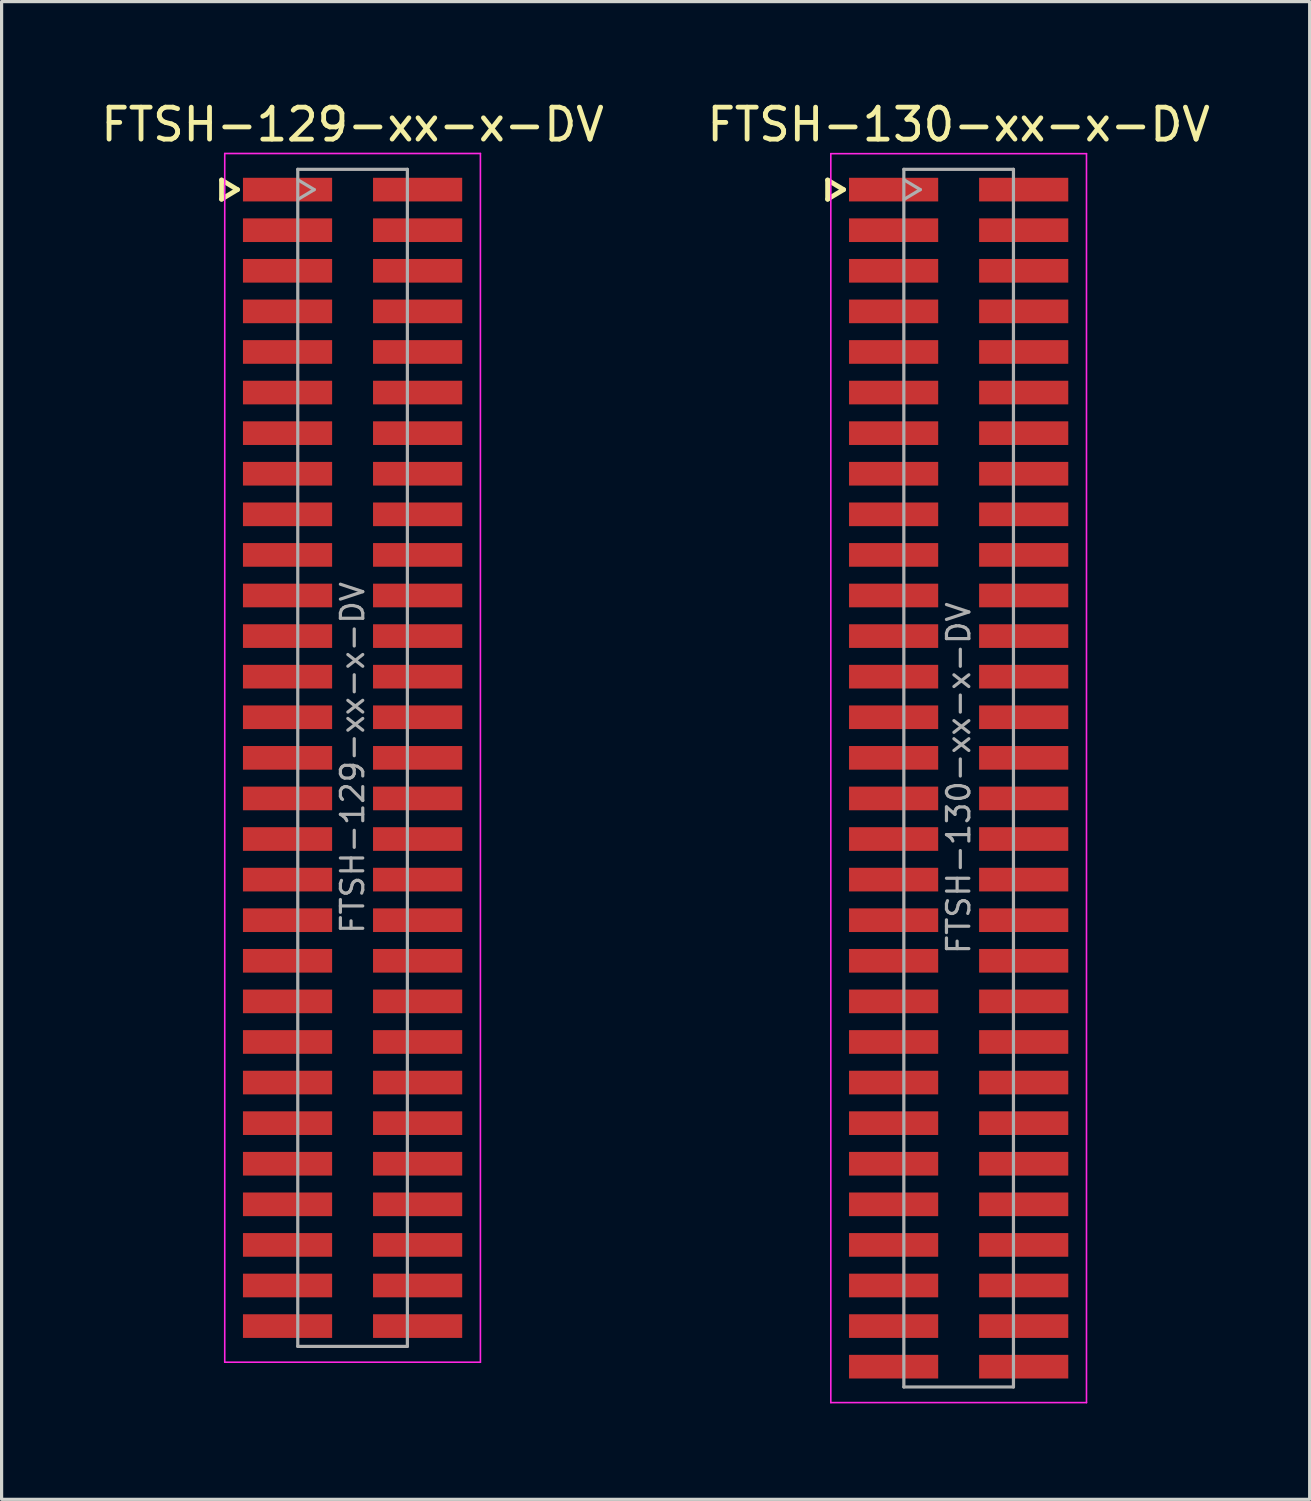
<source format=kicad_pcb>
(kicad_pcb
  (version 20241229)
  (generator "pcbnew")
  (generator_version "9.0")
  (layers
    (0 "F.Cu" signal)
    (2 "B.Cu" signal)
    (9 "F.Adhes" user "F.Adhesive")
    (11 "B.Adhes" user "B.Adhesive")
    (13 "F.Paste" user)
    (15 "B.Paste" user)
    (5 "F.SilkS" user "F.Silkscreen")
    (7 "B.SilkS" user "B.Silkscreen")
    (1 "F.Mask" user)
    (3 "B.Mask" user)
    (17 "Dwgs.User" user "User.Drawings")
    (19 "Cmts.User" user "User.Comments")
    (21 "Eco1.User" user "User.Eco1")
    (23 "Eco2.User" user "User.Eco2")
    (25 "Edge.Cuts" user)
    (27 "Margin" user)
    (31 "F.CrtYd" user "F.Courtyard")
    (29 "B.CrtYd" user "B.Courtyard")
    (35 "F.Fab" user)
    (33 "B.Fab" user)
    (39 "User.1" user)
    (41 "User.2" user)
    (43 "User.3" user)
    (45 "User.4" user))
  (footprint "FTSH-130-xx-x-DV"
    (layer "F.Cu")
    (at 26.946 21.298)
    (property "Reference" "FTSH-130-xx-x-DV" (at 0 -20.45 0) (layer "F.SilkS") (effects (font (size 1 1) (thickness 0.15))))
    (attr smd)
    (fp_line (start -4.1 -18.715) (end -4.1 -18.115) (stroke (width 0.15) (type solid)) (layer "F.SilkS"))
    (fp_line (start -4.1 -18.115) (end -3.6 -18.415) (stroke (width 0.15) (type solid)) (layer "F.SilkS"))
    (fp_line (start -3.6 -18.415) (end -4.1 -18.715) (stroke (width 0.15) (type solid)) (layer "F.SilkS"))
    (fp_line (start -4 -19.54) (end 4 -19.54) (stroke (width 0.05) (type solid)) (layer "F.CrtYd"))
    (fp_line (start -4 19.54) (end -4 -19.54) (stroke (width 0.05) (type solid)) (layer "F.CrtYd"))
    (fp_line (start 4 -19.54) (end 4 19.54) (stroke (width 0.05) (type solid)) (layer "F.CrtYd"))
    (fp_line (start 4 19.54) (end -4 19.54) (stroke (width 0.05) (type solid)) (layer "F.CrtYd"))
    (fp_line (start -1.715 -19.05) (end -1.715 19.05) (stroke (width 0.1) (type solid)) (layer "F.Fab"))
    (fp_line (start -1.715 -19.05) (end 1.715 -19.05) (stroke (width 0.1) (type solid)) (layer "F.Fab"))
    (fp_line (start -1.715 19.05) (end 1.715 19.05) (stroke (width 0.1) (type solid)) (layer "F.Fab"))
    (fp_line (start -1.7 -18.115) (end -1.2 -18.415) (stroke (width 0.1) (type solid)) (layer "F.Fab"))
    (fp_line (start -1.2 -18.415) (end -1.7 -18.715) (stroke (width 0.1) (type solid)) (layer "F.Fab"))
    (fp_line (start 1.715 -19.05) (end 1.715 19.05) (stroke (width 0.1) (type solid)) (layer "F.Fab"))
    (fp_text user "${REFERENCE}" (at 0 0 270) (layer "F.Fab") (effects (font (size 0.7 0.7) (thickness 0.1))))
    (pad "1" smd rect (at -2.035 -18.415) (size 2.79 0.74) (layers "F.Cu" "F.Mask" "F.Paste"))
    (pad "2" smd rect (at 2.035 -18.415) (size 2.79 0.74) (layers "F.Cu" "F.Mask" "F.Paste"))
    (pad "3" smd rect (at -2.035 -17.145) (size 2.79 0.74) (layers "F.Cu" "F.Mask" "F.Paste"))
    (pad "4" smd rect (at 2.035 -17.145) (size 2.79 0.74) (layers "F.Cu" "F.Mask" "F.Paste"))
    (pad "5" smd rect (at -2.035 -15.875) (size 2.79 0.74) (layers "F.Cu" "F.Mask" "F.Paste"))
    (pad "6" smd rect (at 2.035 -15.875) (size 2.79 0.74) (layers "F.Cu" "F.Mask" "F.Paste"))
    (pad "7" smd rect (at -2.035 -14.605) (size 2.79 0.74) (layers "F.Cu" "F.Mask" "F.Paste"))
    (pad "8" smd rect (at 2.035 -14.605) (size 2.79 0.74) (layers "F.Cu" "F.Mask" "F.Paste"))
    (pad "9" smd rect (at -2.035 -13.335) (size 2.79 0.74) (layers "F.Cu" "F.Mask" "F.Paste"))
    (pad "10" smd rect (at 2.035 -13.335) (size 2.79 0.74) (layers "F.Cu" "F.Mask" "F.Paste"))
    (pad "11" smd rect (at -2.035 -12.065) (size 2.79 0.74) (layers "F.Cu" "F.Mask" "F.Paste"))
    (pad "12" smd rect (at 2.035 -12.065) (size 2.79 0.74) (layers "F.Cu" "F.Mask" "F.Paste"))
    (pad "13" smd rect (at -2.035 -10.795) (size 2.79 0.74) (layers "F.Cu" "F.Mask" "F.Paste"))
    (pad "14" smd rect (at 2.035 -10.795) (size 2.79 0.74) (layers "F.Cu" "F.Mask" "F.Paste"))
    (pad "15" smd rect (at -2.035 -9.525) (size 2.79 0.74) (layers "F.Cu" "F.Mask" "F.Paste"))
    (pad "16" smd rect (at 2.035 -9.525) (size 2.79 0.74) (layers "F.Cu" "F.Mask" "F.Paste"))
    (pad "17" smd rect (at -2.035 -8.255) (size 2.79 0.74) (layers "F.Cu" "F.Mask" "F.Paste"))
    (pad "18" smd rect (at 2.035 -8.255) (size 2.79 0.74) (layers "F.Cu" "F.Mask" "F.Paste"))
    (pad "19" smd rect (at -2.035 -6.985) (size 2.79 0.74) (layers "F.Cu" "F.Mask" "F.Paste"))
    (pad "20" smd rect (at 2.035 -6.985) (size 2.79 0.74) (layers "F.Cu" "F.Mask" "F.Paste"))
    (pad "21" smd rect (at -2.035 -5.715) (size 2.79 0.74) (layers "F.Cu" "F.Mask" "F.Paste"))
    (pad "22" smd rect (at 2.035 -5.715) (size 2.79 0.74) (layers "F.Cu" "F.Mask" "F.Paste"))
    (pad "23" smd rect (at -2.035 -4.445) (size 2.79 0.74) (layers "F.Cu" "F.Mask" "F.Paste"))
    (pad "24" smd rect (at 2.035 -4.445) (size 2.79 0.74) (layers "F.Cu" "F.Mask" "F.Paste"))
    (pad "25" smd rect (at -2.035 -3.175) (size 2.79 0.74) (layers "F.Cu" "F.Mask" "F.Paste"))
    (pad "26" smd rect (at 2.035 -3.175) (size 2.79 0.74) (layers "F.Cu" "F.Mask" "F.Paste"))
    (pad "27" smd rect (at -2.035 -1.905) (size 2.79 0.74) (layers "F.Cu" "F.Mask" "F.Paste"))
    (pad "28" smd rect (at 2.035 -1.905) (size 2.79 0.74) (layers "F.Cu" "F.Mask" "F.Paste"))
    (pad "29" smd rect (at -2.035 -0.635) (size 2.79 0.74) (layers "F.Cu" "F.Mask" "F.Paste"))
    (pad "30" smd rect (at 2.035 -0.635) (size 2.79 0.74) (layers "F.Cu" "F.Mask" "F.Paste"))
    (pad "31" smd rect (at -2.035 0.635) (size 2.79 0.74) (layers "F.Cu" "F.Mask" "F.Paste"))
    (pad "32" smd rect (at 2.035 0.635) (size 2.79 0.74) (layers "F.Cu" "F.Mask" "F.Paste"))
    (pad "33" smd rect (at -2.035 1.905) (size 2.79 0.74) (layers "F.Cu" "F.Mask" "F.Paste"))
    (pad "34" smd rect (at 2.035 1.905) (size 2.79 0.74) (layers "F.Cu" "F.Mask" "F.Paste"))
    (pad "35" smd rect (at -2.035 3.175) (size 2.79 0.74) (layers "F.Cu" "F.Mask" "F.Paste"))
    (pad "36" smd rect (at 2.035 3.175) (size 2.79 0.74) (layers "F.Cu" "F.Mask" "F.Paste"))
    (pad "37" smd rect (at -2.035 4.445) (size 2.79 0.74) (layers "F.Cu" "F.Mask" "F.Paste"))
    (pad "38" smd rect (at 2.035 4.445) (size 2.79 0.74) (layers "F.Cu" "F.Mask" "F.Paste"))
    (pad "39" smd rect (at -2.035 5.715) (size 2.79 0.74) (layers "F.Cu" "F.Mask" "F.Paste"))
    (pad "40" smd rect (at 2.035 5.715) (size 2.79 0.74) (layers "F.Cu" "F.Mask" "F.Paste"))
    (pad "41" smd rect (at -2.035 6.985) (size 2.79 0.74) (layers "F.Cu" "F.Mask" "F.Paste"))
    (pad "42" smd rect (at 2.035 6.985) (size 2.79 0.74) (layers "F.Cu" "F.Mask" "F.Paste"))
    (pad "43" smd rect (at -2.035 8.255) (size 2.79 0.74) (layers "F.Cu" "F.Mask" "F.Paste"))
    (pad "44" smd rect (at 2.035 8.255) (size 2.79 0.74) (layers "F.Cu" "F.Mask" "F.Paste"))
    (pad "45" smd rect (at -2.035 9.525) (size 2.79 0.74) (layers "F.Cu" "F.Mask" "F.Paste"))
    (pad "46" smd rect (at 2.035 9.525) (size 2.79 0.74) (layers "F.Cu" "F.Mask" "F.Paste"))
    (pad "47" smd rect (at -2.035 10.795) (size 2.79 0.74) (layers "F.Cu" "F.Mask" "F.Paste"))
    (pad "48" smd rect (at 2.035 10.795) (size 2.79 0.74) (layers "F.Cu" "F.Mask" "F.Paste"))
    (pad "49" smd rect (at -2.035 12.065) (size 2.79 0.74) (layers "F.Cu" "F.Mask" "F.Paste"))
    (pad "50" smd rect (at 2.035 12.065) (size 2.79 0.74) (layers "F.Cu" "F.Mask" "F.Paste"))
    (pad "51" smd rect (at -2.035 13.335) (size 2.79 0.74) (layers "F.Cu" "F.Mask" "F.Paste"))
    (pad "52" smd rect (at 2.035 13.335) (size 2.79 0.74) (layers "F.Cu" "F.Mask" "F.Paste"))
    (pad "53" smd rect (at -2.035 14.605) (size 2.79 0.74) (layers "F.Cu" "F.Mask" "F.Paste"))
    (pad "54" smd rect (at 2.035 14.605) (size 2.79 0.74) (layers "F.Cu" "F.Mask" "F.Paste"))
    (pad "55" smd rect (at -2.035 15.875) (size 2.79 0.74) (layers "F.Cu" "F.Mask" "F.Paste"))
    (pad "56" smd rect (at 2.035 15.875) (size 2.79 0.74) (layers "F.Cu" "F.Mask" "F.Paste"))
    (pad "57" smd rect (at -2.035 17.145) (size 2.79 0.74) (layers "F.Cu" "F.Mask" "F.Paste"))
    (pad "58" smd rect (at 2.035 17.145) (size 2.79 0.74) (layers "F.Cu" "F.Mask" "F.Paste"))
    (pad "59" smd rect (at -2.035 18.415) (size 2.79 0.74) (layers "F.Cu" "F.Mask" "F.Paste"))
    (pad "60" smd rect (at 2.035 18.415) (size 2.79 0.74) (layers "F.Cu" "F.Mask" "F.Paste")))
  (footprint "FTSH-129-xx-x-DV"
    (layer "F.Cu")
    (at 7.982 20.663)
    (property "Reference" "FTSH-129-xx-x-DV" (at 0 -19.815 0) (layer "F.SilkS") (effects (font (size 1 1) (thickness 0.15))))
    (attr smd)
    (fp_line (start -4.1 -18.08) (end -4.1 -17.48) (stroke (width 0.15) (type solid)) (layer "F.SilkS"))
    (fp_line (start -4.1 -17.48) (end -3.6 -17.78) (stroke (width 0.15) (type solid)) (layer "F.SilkS"))
    (fp_line (start -3.6 -17.78) (end -4.1 -18.08) (stroke (width 0.15) (type solid)) (layer "F.SilkS"))
    (fp_line (start -4 -18.91) (end 4 -18.91) (stroke (width 0.05) (type solid)) (layer "F.CrtYd"))
    (fp_line (start -4 18.91) (end -4 -18.91) (stroke (width 0.05) (type solid)) (layer "F.CrtYd"))
    (fp_line (start 4 -18.91) (end 4 18.91) (stroke (width 0.05) (type solid)) (layer "F.CrtYd"))
    (fp_line (start 4 18.91) (end -4 18.91) (stroke (width 0.05) (type solid)) (layer "F.CrtYd"))
    (fp_line (start -1.715 -18.415) (end -1.715 18.415) (stroke (width 0.1) (type solid)) (layer "F.Fab"))
    (fp_line (start -1.715 -18.415) (end 1.715 -18.415) (stroke (width 0.1) (type solid)) (layer "F.Fab"))
    (fp_line (start -1.715 18.415) (end 1.715 18.415) (stroke (width 0.1) (type solid)) (layer "F.Fab"))
    (fp_line (start -1.7 -17.48) (end -1.2 -17.78) (stroke (width 0.1) (type solid)) (layer "F.Fab"))
    (fp_line (start -1.2 -17.78) (end -1.7 -18.08) (stroke (width 0.1) (type solid)) (layer "F.Fab"))
    (fp_line (start 1.715 -18.415) (end 1.715 18.415) (stroke (width 0.1) (type solid)) (layer "F.Fab"))
    (fp_text user "${REFERENCE}" (at 0 0 270) (layer "F.Fab") (effects (font (size 0.7 0.7) (thickness 0.1))))
    (pad "1" smd rect (at -2.035 -17.78) (size 2.79 0.74) (layers "F.Cu" "F.Mask" "F.Paste"))
    (pad "2" smd rect (at 2.035 -17.78) (size 2.79 0.74) (layers "F.Cu" "F.Mask" "F.Paste"))
    (pad "3" smd rect (at -2.035 -16.51) (size 2.79 0.74) (layers "F.Cu" "F.Mask" "F.Paste"))
    (pad "4" smd rect (at 2.035 -16.51) (size 2.79 0.74) (layers "F.Cu" "F.Mask" "F.Paste"))
    (pad "5" smd rect (at -2.035 -15.24) (size 2.79 0.74) (layers "F.Cu" "F.Mask" "F.Paste"))
    (pad "6" smd rect (at 2.035 -15.24) (size 2.79 0.74) (layers "F.Cu" "F.Mask" "F.Paste"))
    (pad "7" smd rect (at -2.035 -13.97) (size 2.79 0.74) (layers "F.Cu" "F.Mask" "F.Paste"))
    (pad "8" smd rect (at 2.035 -13.97) (size 2.79 0.74) (layers "F.Cu" "F.Mask" "F.Paste"))
    (pad "9" smd rect (at -2.035 -12.7) (size 2.79 0.74) (layers "F.Cu" "F.Mask" "F.Paste"))
    (pad "10" smd rect (at 2.035 -12.7) (size 2.79 0.74) (layers "F.Cu" "F.Mask" "F.Paste"))
    (pad "11" smd rect (at -2.035 -11.43) (size 2.79 0.74) (layers "F.Cu" "F.Mask" "F.Paste"))
    (pad "12" smd rect (at 2.035 -11.43) (size 2.79 0.74) (layers "F.Cu" "F.Mask" "F.Paste"))
    (pad "13" smd rect (at -2.035 -10.16) (size 2.79 0.74) (layers "F.Cu" "F.Mask" "F.Paste"))
    (pad "14" smd rect (at 2.035 -10.16) (size 2.79 0.74) (layers "F.Cu" "F.Mask" "F.Paste"))
    (pad "15" smd rect (at -2.035 -8.89) (size 2.79 0.74) (layers "F.Cu" "F.Mask" "F.Paste"))
    (pad "16" smd rect (at 2.035 -8.89) (size 2.79 0.74) (layers "F.Cu" "F.Mask" "F.Paste"))
    (pad "17" smd rect (at -2.035 -7.62) (size 2.79 0.74) (layers "F.Cu" "F.Mask" "F.Paste"))
    (pad "18" smd rect (at 2.035 -7.62) (size 2.79 0.74) (layers "F.Cu" "F.Mask" "F.Paste"))
    (pad "19" smd rect (at -2.035 -6.35) (size 2.79 0.74) (layers "F.Cu" "F.Mask" "F.Paste"))
    (pad "20" smd rect (at 2.035 -6.35) (size 2.79 0.74) (layers "F.Cu" "F.Mask" "F.Paste"))
    (pad "21" smd rect (at -2.035 -5.08) (size 2.79 0.74) (layers "F.Cu" "F.Mask" "F.Paste"))
    (pad "22" smd rect (at 2.035 -5.08) (size 2.79 0.74) (layers "F.Cu" "F.Mask" "F.Paste"))
    (pad "23" smd rect (at -2.035 -3.81) (size 2.79 0.74) (layers "F.Cu" "F.Mask" "F.Paste"))
    (pad "24" smd rect (at 2.035 -3.81) (size 2.79 0.74) (layers "F.Cu" "F.Mask" "F.Paste"))
    (pad "25" smd rect (at -2.035 -2.54) (size 2.79 0.74) (layers "F.Cu" "F.Mask" "F.Paste"))
    (pad "26" smd rect (at 2.035 -2.54) (size 2.79 0.74) (layers "F.Cu" "F.Mask" "F.Paste"))
    (pad "27" smd rect (at -2.035 -1.27) (size 2.79 0.74) (layers "F.Cu" "F.Mask" "F.Paste"))
    (pad "28" smd rect (at 2.035 -1.27) (size 2.79 0.74) (layers "F.Cu" "F.Mask" "F.Paste"))
    (pad "29" smd rect (at -2.035 0) (size 2.79 0.74) (layers "F.Cu" "F.Mask" "F.Paste"))
    (pad "30" smd rect (at 2.035 0) (size 2.79 0.74) (layers "F.Cu" "F.Mask" "F.Paste"))
    (pad "31" smd rect (at -2.035 1.27) (size 2.79 0.74) (layers "F.Cu" "F.Mask" "F.Paste"))
    (pad "32" smd rect (at 2.035 1.27) (size 2.79 0.74) (layers "F.Cu" "F.Mask" "F.Paste"))
    (pad "33" smd rect (at -2.035 2.54) (size 2.79 0.74) (layers "F.Cu" "F.Mask" "F.Paste"))
    (pad "34" smd rect (at 2.035 2.54) (size 2.79 0.74) (layers "F.Cu" "F.Mask" "F.Paste"))
    (pad "35" smd rect (at -2.035 3.81) (size 2.79 0.74) (layers "F.Cu" "F.Mask" "F.Paste"))
    (pad "36" smd rect (at 2.035 3.81) (size 2.79 0.74) (layers "F.Cu" "F.Mask" "F.Paste"))
    (pad "37" smd rect (at -2.035 5.08) (size 2.79 0.74) (layers "F.Cu" "F.Mask" "F.Paste"))
    (pad "38" smd rect (at 2.035 5.08) (size 2.79 0.74) (layers "F.Cu" "F.Mask" "F.Paste"))
    (pad "39" smd rect (at -2.035 6.35) (size 2.79 0.74) (layers "F.Cu" "F.Mask" "F.Paste"))
    (pad "40" smd rect (at 2.035 6.35) (size 2.79 0.74) (layers "F.Cu" "F.Mask" "F.Paste"))
    (pad "41" smd rect (at -2.035 7.62) (size 2.79 0.74) (layers "F.Cu" "F.Mask" "F.Paste"))
    (pad "42" smd rect (at 2.035 7.62) (size 2.79 0.74) (layers "F.Cu" "F.Mask" "F.Paste"))
    (pad "43" smd rect (at -2.035 8.89) (size 2.79 0.74) (layers "F.Cu" "F.Mask" "F.Paste"))
    (pad "44" smd rect (at 2.035 8.89) (size 2.79 0.74) (layers "F.Cu" "F.Mask" "F.Paste"))
    (pad "45" smd rect (at -2.035 10.16) (size 2.79 0.74) (layers "F.Cu" "F.Mask" "F.Paste"))
    (pad "46" smd rect (at 2.035 10.16) (size 2.79 0.74) (layers "F.Cu" "F.Mask" "F.Paste"))
    (pad "47" smd rect (at -2.035 11.43) (size 2.79 0.74) (layers "F.Cu" "F.Mask" "F.Paste"))
    (pad "48" smd rect (at 2.035 11.43) (size 2.79 0.74) (layers "F.Cu" "F.Mask" "F.Paste"))
    (pad "49" smd rect (at -2.035 12.7) (size 2.79 0.74) (layers "F.Cu" "F.Mask" "F.Paste"))
    (pad "50" smd rect (at 2.035 12.7) (size 2.79 0.74) (layers "F.Cu" "F.Mask" "F.Paste"))
    (pad "51" smd rect (at -2.035 13.97) (size 2.79 0.74) (layers "F.Cu" "F.Mask" "F.Paste"))
    (pad "52" smd rect (at 2.035 13.97) (size 2.79 0.74) (layers "F.Cu" "F.Mask" "F.Paste"))
    (pad "53" smd rect (at -2.035 15.24) (size 2.79 0.74) (layers "F.Cu" "F.Mask" "F.Paste"))
    (pad "54" smd rect (at 2.035 15.24) (size 2.79 0.74) (layers "F.Cu" "F.Mask" "F.Paste"))
    (pad "55" smd rect (at -2.035 16.51) (size 2.79 0.74) (layers "F.Cu" "F.Mask" "F.Paste"))
    (pad "56" smd rect (at 2.035 16.51) (size 2.79 0.74) (layers "F.Cu" "F.Mask" "F.Paste"))
    (pad "57" smd rect (at -2.035 17.78) (size 2.79 0.74) (layers "F.Cu" "F.Mask" "F.Paste"))
    (pad "58" smd rect (at 2.035 17.78) (size 2.79 0.74) (layers "F.Cu" "F.Mask" "F.Paste")))
  (gr_rect
    (start -3 -3)
    (end 37.929 43.863)
    (stroke (width 0.1) (type default))
    (fill no)
    (layer "Edge.Cuts")))
</source>
